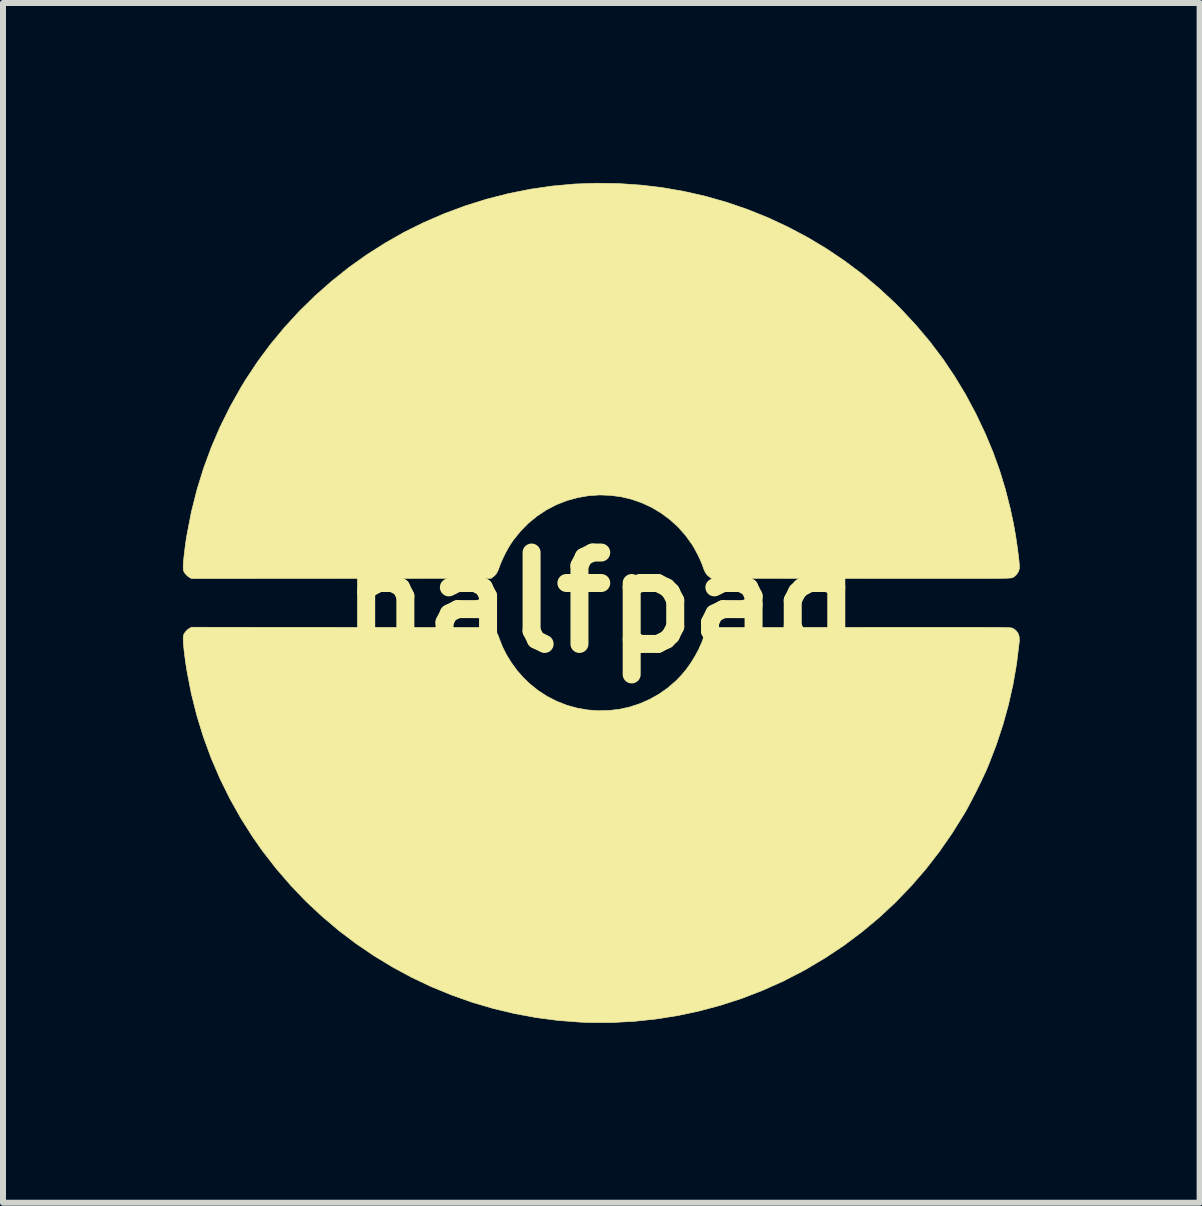
<source format=kicad_pcb>
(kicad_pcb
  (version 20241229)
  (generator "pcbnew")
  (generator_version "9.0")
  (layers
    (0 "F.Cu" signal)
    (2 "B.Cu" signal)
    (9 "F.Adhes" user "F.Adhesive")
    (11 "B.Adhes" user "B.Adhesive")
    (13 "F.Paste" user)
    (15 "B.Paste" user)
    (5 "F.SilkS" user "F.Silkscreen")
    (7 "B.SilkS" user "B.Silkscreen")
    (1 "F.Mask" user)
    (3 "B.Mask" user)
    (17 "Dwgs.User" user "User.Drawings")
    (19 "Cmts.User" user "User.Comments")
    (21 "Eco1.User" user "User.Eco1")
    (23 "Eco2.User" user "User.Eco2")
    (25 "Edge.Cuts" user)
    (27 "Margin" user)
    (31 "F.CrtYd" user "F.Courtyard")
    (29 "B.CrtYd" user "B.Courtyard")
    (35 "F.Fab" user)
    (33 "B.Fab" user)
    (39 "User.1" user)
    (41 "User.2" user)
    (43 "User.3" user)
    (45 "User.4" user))
  (footprint "halfpad"
    (layer "F.Cu")
    (at 6.974 6.997)
    (property "Reference" "halfpad" (at 0 0 0) (layer "F.SilkS") (effects (font (size 1.524 1.524) (thickness 0.3))))
    (attr through_hole)
    (fp_poly (pts (xy -4.333 0.413) (xy -1.835 0.415) (xy -1.797 0.444) (xy -1.764 0.474) (xy -1.738 0.51) (xy -1.716 0.556) (xy -1.7 0.6) (xy -1.648 0.734) (xy -1.58 0.869) (xy -1.497 1.003) (xy -1.404 1.131) (xy -1.301 1.249) (xy -1.198 1.349) (xy -1.052 1.466) (xy -0.898 1.566) (xy -0.736 1.648) (xy -0.569 1.713) (xy -0.398 1.76) (xy -0.224 1.79) (xy -0.049 1.803) (xy 0.127 1.799) (xy 0.302 1.779) (xy 0.474 1.741) (xy 0.642 1.686) (xy 0.805 1.615) (xy 0.962 1.527) (xy 1.11 1.423) (xy 1.25 1.302) (xy 1.344 1.203) (xy 1.422 1.109) (xy 1.497 1.003) (xy 1.566 0.89) (xy 1.627 0.776) (xy 1.676 0.666) (xy 1.7 0.6) (xy 1.722 0.542) (xy 1.745 0.499) (xy 1.772 0.465) (xy 1.797 0.444) (xy 1.835 0.415) (xy 4.33 0.413) (xy 4.594 0.412) (xy 4.839 0.412) (xy 5.065 0.412) (xy 5.273 0.412) (xy 5.465 0.412) (xy 5.64 0.412) (xy 5.799 0.412) (xy 5.944 0.412) (xy 6.074 0.412) (xy 6.191 0.412) (xy 6.296 0.412) (xy 6.389 0.412) (xy 6.47 0.413) (xy 6.542 0.413) (xy 6.603 0.414) (xy 6.656 0.415) (xy 6.701 0.415) (xy 6.738 0.416) (xy 6.769 0.417) (xy 6.794 0.418) (xy 6.813 0.42) (xy 6.829 0.421) (xy 6.84 0.422) (xy 6.849 0.424) (xy 6.855 0.426) (xy 6.86 0.428) (xy 6.864 0.43) (xy 6.915 0.466) (xy 6.95 0.513) (xy 6.969 0.572) (xy 6.971 0.643) (xy 6.97 0.653) (xy 6.926 1.014) (xy 6.866 1.363) (xy 6.789 1.705) (xy 6.696 2.04) (xy 6.586 2.373) (xy 6.458 2.705) (xy 6.442 2.742) (xy 6.411 2.815) (xy 6.371 2.9) (xy 6.326 2.996) (xy 6.277 3.096) (xy 6.226 3.197) (xy 6.175 3.296) (xy 6.127 3.387) (xy 6.083 3.468) (xy 6.054 3.518) (xy 5.853 3.841) (xy 5.638 4.151) (xy 5.409 4.447) (xy 5.165 4.728) (xy 4.907 4.996) (xy 4.636 5.249) (xy 4.351 5.487) (xy 4.053 5.711) (xy 3.741 5.919) (xy 3.417 6.112) (xy 3.356 6.146) (xy 3.029 6.314) (xy 2.693 6.464) (xy 2.35 6.597) (xy 1.999 6.711) (xy 1.643 6.807) (xy 1.283 6.884) (xy 0.919 6.942) (xy 0.552 6.981) (xy 0.183 7.001) (xy -0.186 7.001) (xy -0.345 6.995) (xy -0.716 6.967) (xy -1.083 6.919) (xy -1.445 6.852) (xy -1.801 6.767) (xy -2.152 6.664) (xy -2.496 6.542) (xy -2.832 6.404) (xy -3.161 6.248) (xy -3.481 6.075) (xy -3.791 5.887) (xy -4.092 5.682) (xy -4.382 5.462) (xy -4.66 5.226) (xy -4.927 4.976) (xy -5.18 4.711) (xy -5.421 4.432) (xy -5.647 4.14) (xy -5.812 3.905) (xy -6.012 3.589) (xy -6.194 3.264) (xy -6.358 2.93) (xy -6.505 2.588) (xy -6.633 2.238) (xy -6.743 1.881) (xy -6.834 1.517) (xy -6.904 1.156) (xy -6.918 1.071) (xy -6.931 0.983) (xy -6.943 0.895) (xy -6.953 0.812) (xy -6.961 0.737) (xy -6.967 0.673) (xy -6.969 0.626) (xy -6.969 0.624) (xy -6.969 0.582) (xy -6.967 0.554) (xy -6.96 0.532) (xy -6.948 0.511) (xy -6.94 0.499) (xy -6.914 0.468) (xy -6.883 0.441) (xy -6.87 0.433) (xy -6.83 0.411) (xy -4.333 0.413)) (stroke (width 0.01) (type solid)) (fill yes) (layer "F.SilkS"))
    (fp_poly (pts (xy 0.298 -6.986) (xy 0.672 -6.96) (xy 1.01 -6.92) (xy 1.374 -6.857) (xy 1.733 -6.776) (xy 2.088 -6.675) (xy 2.436 -6.556) (xy 2.777 -6.419) (xy 3.11 -6.264) (xy 3.435 -6.092) (xy 3.751 -5.903) (xy 4.057 -5.697) (xy 4.352 -5.476) (xy 4.635 -5.238) (xy 4.906 -4.986) (xy 4.999 -4.892) (xy 5.247 -4.626) (xy 5.478 -4.352) (xy 5.692 -4.069) (xy 5.891 -3.774) (xy 6.076 -3.467) (xy 6.248 -3.145) (xy 6.259 -3.122) (xy 6.404 -2.815) (xy 6.531 -2.511) (xy 6.642 -2.204) (xy 6.737 -1.892) (xy 6.819 -1.57) (xy 6.865 -1.356) (xy 6.883 -1.263) (xy 6.9 -1.166) (xy 6.916 -1.069) (xy 6.93 -0.972) (xy 6.943 -0.88) (xy 6.954 -0.794) (xy 6.963 -0.717) (xy 6.969 -0.652) (xy 6.972 -0.601) (xy 6.971 -0.565) (xy 6.97 -0.559) (xy 6.954 -0.513) (xy 6.924 -0.469) (xy 6.886 -0.433) (xy 6.866 -0.421) (xy 6.861 -0.418) (xy 6.857 -0.416) (xy 6.851 -0.415) (xy 6.843 -0.413) (xy 6.832 -0.411) (xy 6.818 -0.41) (xy 6.8 -0.409) (xy 6.777 -0.407) (xy 6.748 -0.406) (xy 6.713 -0.406) (xy 6.67 -0.405) (xy 6.62 -0.404) (xy 6.561 -0.403) (xy 6.493 -0.403) (xy 6.415 -0.402) (xy 6.325 -0.402) (xy 6.225 -0.402) (xy 6.111 -0.402) (xy 5.985 -0.402) (xy 5.845 -0.402) (xy 5.69 -0.402) (xy 5.52 -0.402) (xy 5.334 -0.402) (xy 5.131 -0.402) (xy 4.911 -0.402) (xy 4.672 -0.402) (xy 4.414 -0.403) (xy 4.33 -0.403) (xy 1.835 -0.405) (xy 1.797 -0.434) (xy 1.764 -0.464) (xy 1.738 -0.5) (xy 1.716 -0.546) (xy 1.7 -0.59) (xy 1.677 -0.652) (xy 1.646 -0.724) (xy 1.609 -0.801) (xy 1.57 -0.875) (xy 1.532 -0.942) (xy 1.516 -0.968) (xy 1.405 -1.122) (xy 1.281 -1.261) (xy 1.145 -1.385) (xy 0.999 -1.493) (xy 0.844 -1.586) (xy 0.681 -1.662) (xy 0.511 -1.722) (xy 0.336 -1.764) (xy 0.157 -1.788) (xy -0.025 -1.795) (xy -0.208 -1.783) (xy -0.391 -1.751) (xy -0.574 -1.701) (xy -0.749 -1.632) (xy -0.914 -1.546) (xy -1.069 -1.443) (xy -1.214 -1.325) (xy -1.346 -1.191) (xy -1.464 -1.044) (xy -1.516 -0.968) (xy -1.553 -0.906) (xy -1.592 -0.834) (xy -1.63 -0.758) (xy -1.664 -0.683) (xy -1.691 -0.616) (xy -1.7 -0.59) (xy -1.722 -0.532) (xy -1.745 -0.489) (xy -1.772 -0.455) (xy -1.797 -0.434) (xy -1.835 -0.405) (xy -4.333 -0.403) (xy -6.83 -0.401) (xy -6.87 -0.423) (xy -6.9 -0.445) (xy -6.93 -0.476) (xy -6.94 -0.489) (xy -6.955 -0.512) (xy -6.964 -0.533) (xy -6.968 -0.557) (xy -6.969 -0.591) (xy -6.969 -0.614) (xy -6.967 -0.661) (xy -6.961 -0.723) (xy -6.953 -0.798) (xy -6.943 -0.881) (xy -6.932 -0.969) (xy -6.919 -1.057) (xy -6.905 -1.142) (xy -6.904 -1.146) (xy -6.832 -1.517) (xy -6.74 -1.881) (xy -6.63 -2.238) (xy -6.501 -2.588) (xy -6.354 -2.93) (xy -6.187 -3.266) (xy -6.002 -3.595) (xy -5.927 -3.718) (xy -5.726 -4.021) (xy -5.509 -4.313) (xy -5.275 -4.594) (xy -5.027 -4.864) (xy -4.765 -5.12) (xy -4.49 -5.362) (xy -4.204 -5.59) (xy -3.906 -5.802) (xy -3.597 -5.998) (xy -3.28 -6.178) (xy -2.963 -6.335) (xy -2.616 -6.485) (xy -2.264 -6.616) (xy -1.908 -6.727) (xy -1.547 -6.819) (xy -1.183 -6.892) (xy -0.816 -6.945) (xy -0.446 -6.979) (xy -0.075 -6.992) (xy 0.298 -6.986)) (stroke (width 0.01) (type solid)) (fill yes) (layer "F.SilkS")))
  (gr_rect
    (start -3 -3)
    (end 16.951 17.003)
    (stroke (width 0.1) (type default))
    (fill no)
    (layer "Edge.Cuts")))
</source>
